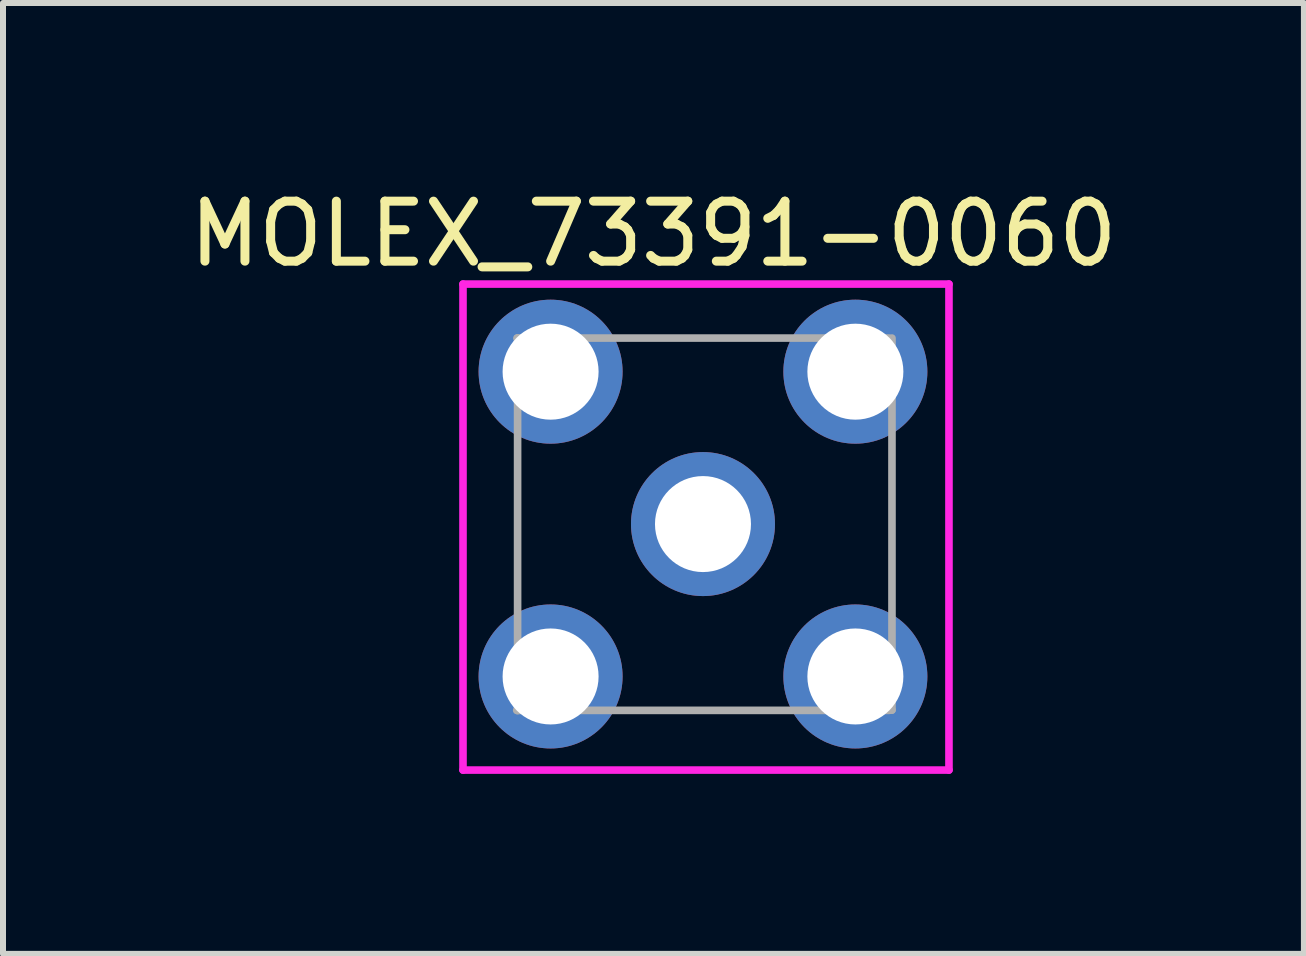
<source format=kicad_pcb>
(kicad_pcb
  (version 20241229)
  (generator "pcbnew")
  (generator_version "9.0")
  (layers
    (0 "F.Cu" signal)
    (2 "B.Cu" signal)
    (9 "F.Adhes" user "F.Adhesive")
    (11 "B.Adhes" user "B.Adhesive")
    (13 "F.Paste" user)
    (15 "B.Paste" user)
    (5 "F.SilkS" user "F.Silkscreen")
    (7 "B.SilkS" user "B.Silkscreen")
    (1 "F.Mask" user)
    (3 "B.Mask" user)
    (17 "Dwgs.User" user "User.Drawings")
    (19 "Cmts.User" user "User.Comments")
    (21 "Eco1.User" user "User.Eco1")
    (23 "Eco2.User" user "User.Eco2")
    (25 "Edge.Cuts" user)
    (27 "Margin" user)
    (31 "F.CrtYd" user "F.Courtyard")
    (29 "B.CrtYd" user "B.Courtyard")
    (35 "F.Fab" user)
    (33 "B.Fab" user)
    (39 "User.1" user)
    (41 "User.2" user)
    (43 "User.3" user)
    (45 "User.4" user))
  (footprint "MOLEX_73391-0060"
    (layer "F.Cu")
    (at 8.667 5.685)
    (property "Reference" "MOLEX_73391-0060" (at -0.825 -4.837 0) (layer "F.SilkS") (effects (font (size 1 1) (thickness 0.15))))
    (attr through_hole)
    (fp_line (start -4 -4) (end 4.1 -4) (stroke (width 0.127) (type solid)) (layer "F.CrtYd"))
    (fp_line (start -4 4.1) (end -4 -4) (stroke (width 0.127) (type solid)) (layer "F.CrtYd"))
    (fp_line (start 4.1 -4) (end 4.1 4.1) (stroke (width 0.127) (type solid)) (layer "F.CrtYd"))
    (fp_line (start 4.1 4.1) (end -4 4.1) (stroke (width 0.127) (type solid)) (layer "F.CrtYd"))
    (fp_line (start -3.105 3.105) (end 3.105 3.105) (stroke (width 0.127) (type solid)) (layer "F.Fab"))
    (fp_line (start -3.1 -3.1) (end -3.09 -3.1) (stroke (width 0.127) (type solid)) (layer "F.Fab"))
    (fp_line (start -3.09 -3.1) (end -3.09 3.11) (stroke (width 0.127) (type solid)) (layer "F.Fab"))
    (fp_line (start -3.09 -3.1) (end 3.1 -3.1) (stroke (width 0.127) (type solid)) (layer "F.Fab"))
    (fp_line (start 3.12 3.1) (end 3.15 3.1) (stroke (width 0.127) (type solid)) (layer "F.Fab"))
    (fp_line (start 3.15 3.1) (end 3.15 -3.1) (stroke (width 0.127) (type solid)) (layer "F.Fab"))
    (pad "1" thru_hole circle (at 0 0) (size 2.4 2.4) (drill 1.6) (layers "*.Cu" "*.Mask"))
    (pad "2" thru_hole circle (at -2.54 -2.54) (size 2.4 2.4) (drill 1.6) (layers "*.Cu" "*.Mask"))
    (pad "3" thru_hole circle (at 2.54 -2.54) (size 2.4 2.4) (drill 1.6) (layers "*.Cu" "*.Mask"))
    (pad "4" thru_hole circle (at -2.54 2.54) (size 2.4 2.4) (drill 1.6) (layers "*.Cu" "*.Mask"))
    (pad "5" thru_hole circle (at 2.54 2.54) (size 2.4 2.4) (drill 1.6) (layers "*.Cu" "*.Mask")))
  (gr_rect
    (start -3 -3)
    (end 18.683 12.849)
    (stroke (width 0.1) (type default))
    (fill no)
    (layer "Edge.Cuts")))
</source>
